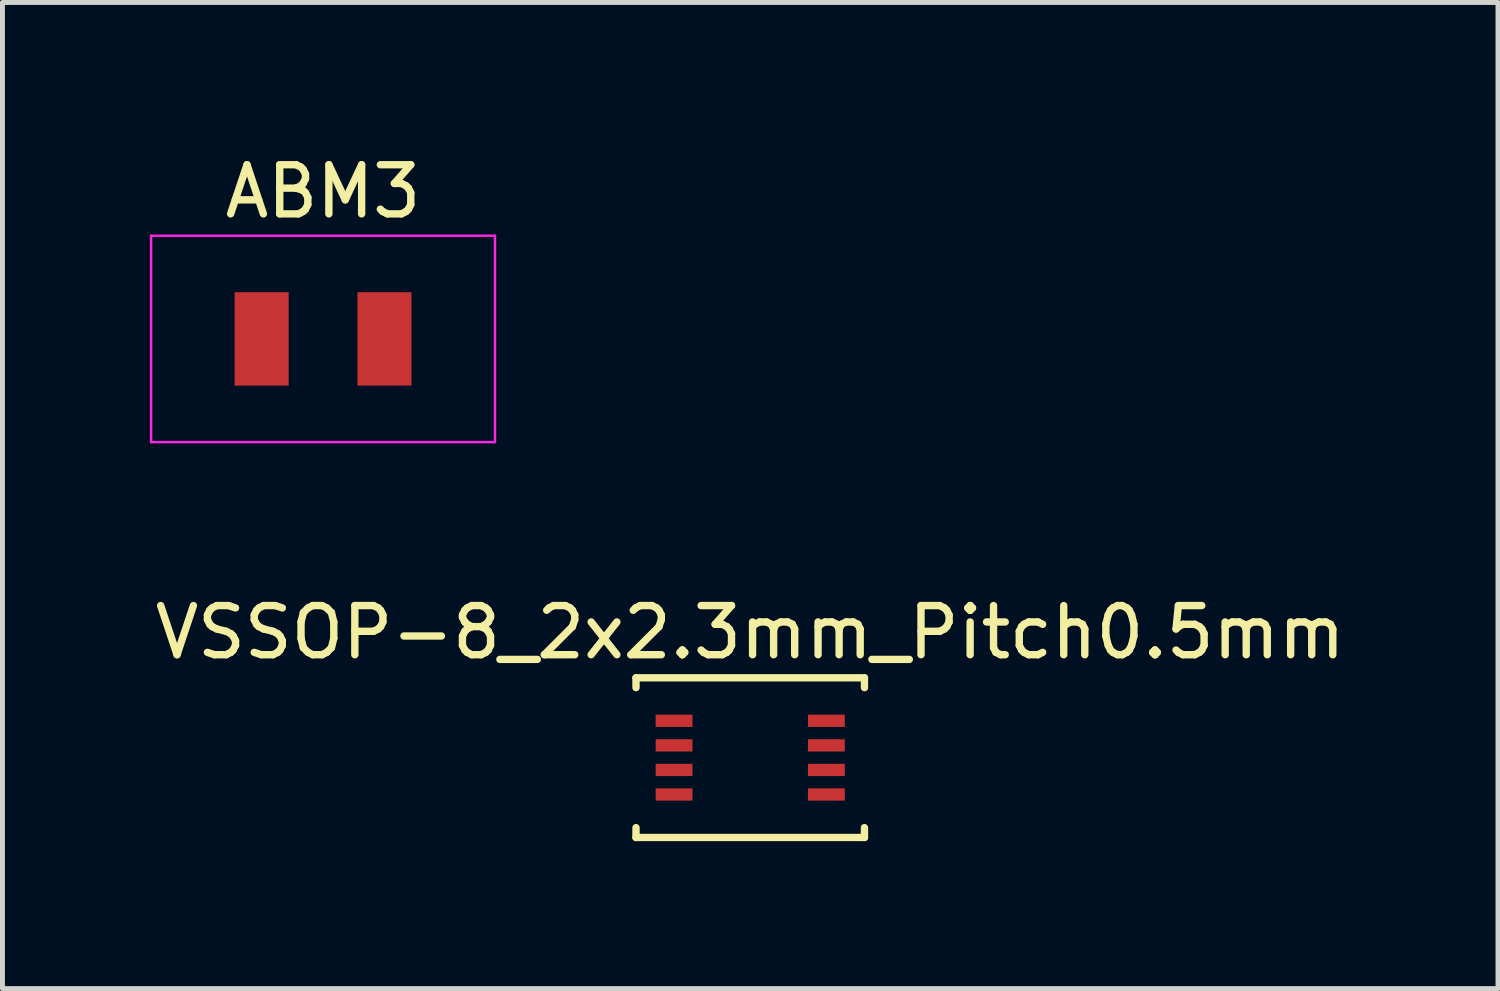
<source format=kicad_pcb>
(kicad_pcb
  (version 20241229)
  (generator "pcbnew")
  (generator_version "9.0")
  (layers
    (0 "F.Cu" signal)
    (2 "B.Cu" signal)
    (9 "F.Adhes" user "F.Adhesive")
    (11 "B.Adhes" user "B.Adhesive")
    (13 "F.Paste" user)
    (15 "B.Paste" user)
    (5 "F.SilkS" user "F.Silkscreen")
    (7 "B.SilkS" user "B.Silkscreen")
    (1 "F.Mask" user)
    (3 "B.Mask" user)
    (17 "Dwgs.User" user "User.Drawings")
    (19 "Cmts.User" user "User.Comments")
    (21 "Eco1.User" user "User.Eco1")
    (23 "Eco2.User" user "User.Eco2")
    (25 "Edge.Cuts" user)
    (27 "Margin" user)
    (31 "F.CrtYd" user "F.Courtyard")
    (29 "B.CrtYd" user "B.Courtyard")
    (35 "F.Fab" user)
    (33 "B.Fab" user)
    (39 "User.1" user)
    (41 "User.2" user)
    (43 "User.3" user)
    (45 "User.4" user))
  (footprint "ABM3"
    (layer "F.Cu")
    (at 3.525 3.848)
    (property "Reference" "ABM3" (at 0 -3 0) (layer "F.SilkS") (effects (font (size 1 1) (thickness 0.15))))
    (attr smd)
    (fp_line (start -3.5 -2.1) (end 3.5 -2.1) (stroke (width 0.05) (type solid)) (layer "F.CrtYd"))
    (fp_line (start -3.5 2.1) (end -3.5 -2.1) (stroke (width 0.05) (type solid)) (layer "F.CrtYd"))
    (fp_line (start 3.5 -2.1) (end 3.5 2.1) (stroke (width 0.05) (type solid)) (layer "F.CrtYd"))
    (fp_line (start 3.5 2.1) (end -3.5 2.1) (stroke (width 0.05) (type solid)) (layer "F.CrtYd"))
    (pad "1" smd rect (at -1.25 0) (size 1.1 1.9) (layers "F.Cu" "F.Mask" "F.Paste"))
    (pad "2" smd rect (at 1.25 0) (size 1.1 1.9) (layers "F.Cu" "F.Mask" "F.Paste")))
  (footprint "VSSOP-8_2x2.3mm_Pitch0.5mm"
    (layer "F.Cu")
    (at 12.22 12.371)
    (property "Reference" "VSSOP-8_2x2.3mm_Pitch0.5mm" (at 0 -2.55 0) (layer "F.SilkS") (effects (font (size 1 1) (thickness 0.15))))
    (attr smd)
    (fp_line (start -2.325 -1.625) (end -2.325 -1.425) (stroke (width 0.15) (type solid)) (layer "F.SilkS"))
    (fp_line (start -2.325 -1.625) (end 2.325 -1.625) (stroke (width 0.15) (type solid)) (layer "F.SilkS"))
    (fp_line (start -2.325 1.625) (end -2.325 1.425) (stroke (width 0.15) (type solid)) (layer "F.SilkS"))
    (fp_line (start -2.325 1.625) (end 2.325 1.625) (stroke (width 0.15) (type solid)) (layer "F.SilkS"))
    (fp_line (start 2.325 -1.625) (end 2.325 -1.425) (stroke (width 0.15) (type solid)) (layer "F.SilkS"))
    (fp_line (start 2.325 1.625) (end 2.325 1.425) (stroke (width 0.15) (type solid)) (layer "F.SilkS"))
    (pad "1" smd rect (at -1.55 -0.75) (size 0.75 0.25) (layers "F.Cu" "F.Mask" "F.Paste"))
    (pad "2" smd rect (at -1.55 -0.25) (size 0.75 0.25) (layers "F.Cu" "F.Mask" "F.Paste"))
    (pad "3" smd rect (at -1.55 0.25) (size 0.75 0.25) (layers "F.Cu" "F.Mask" "F.Paste"))
    (pad "4" smd rect (at -1.55 0.75) (size 0.75 0.25) (layers "F.Cu" "F.Mask" "F.Paste"))
    (pad "5" smd rect (at 1.55 0.75) (size 0.75 0.25) (layers "F.Cu" "F.Mask" "F.Paste"))
    (pad "6" smd rect (at 1.55 0.25) (size 0.75 0.25) (layers "F.Cu" "F.Mask" "F.Paste"))
    (pad "7" smd rect (at 1.55 -0.25) (size 0.75 0.25) (layers "F.Cu" "F.Mask" "F.Paste"))
    (pad "8" smd rect (at 1.55 -0.75) (size 0.75 0.25) (layers "F.Cu" "F.Mask" "F.Paste")))
  (gr_rect
    (start -3 -3)
    (end 27.44 17.072)
    (stroke (width 0.1) (type default))
    (fill no)
    (layer "Edge.Cuts")))
</source>
